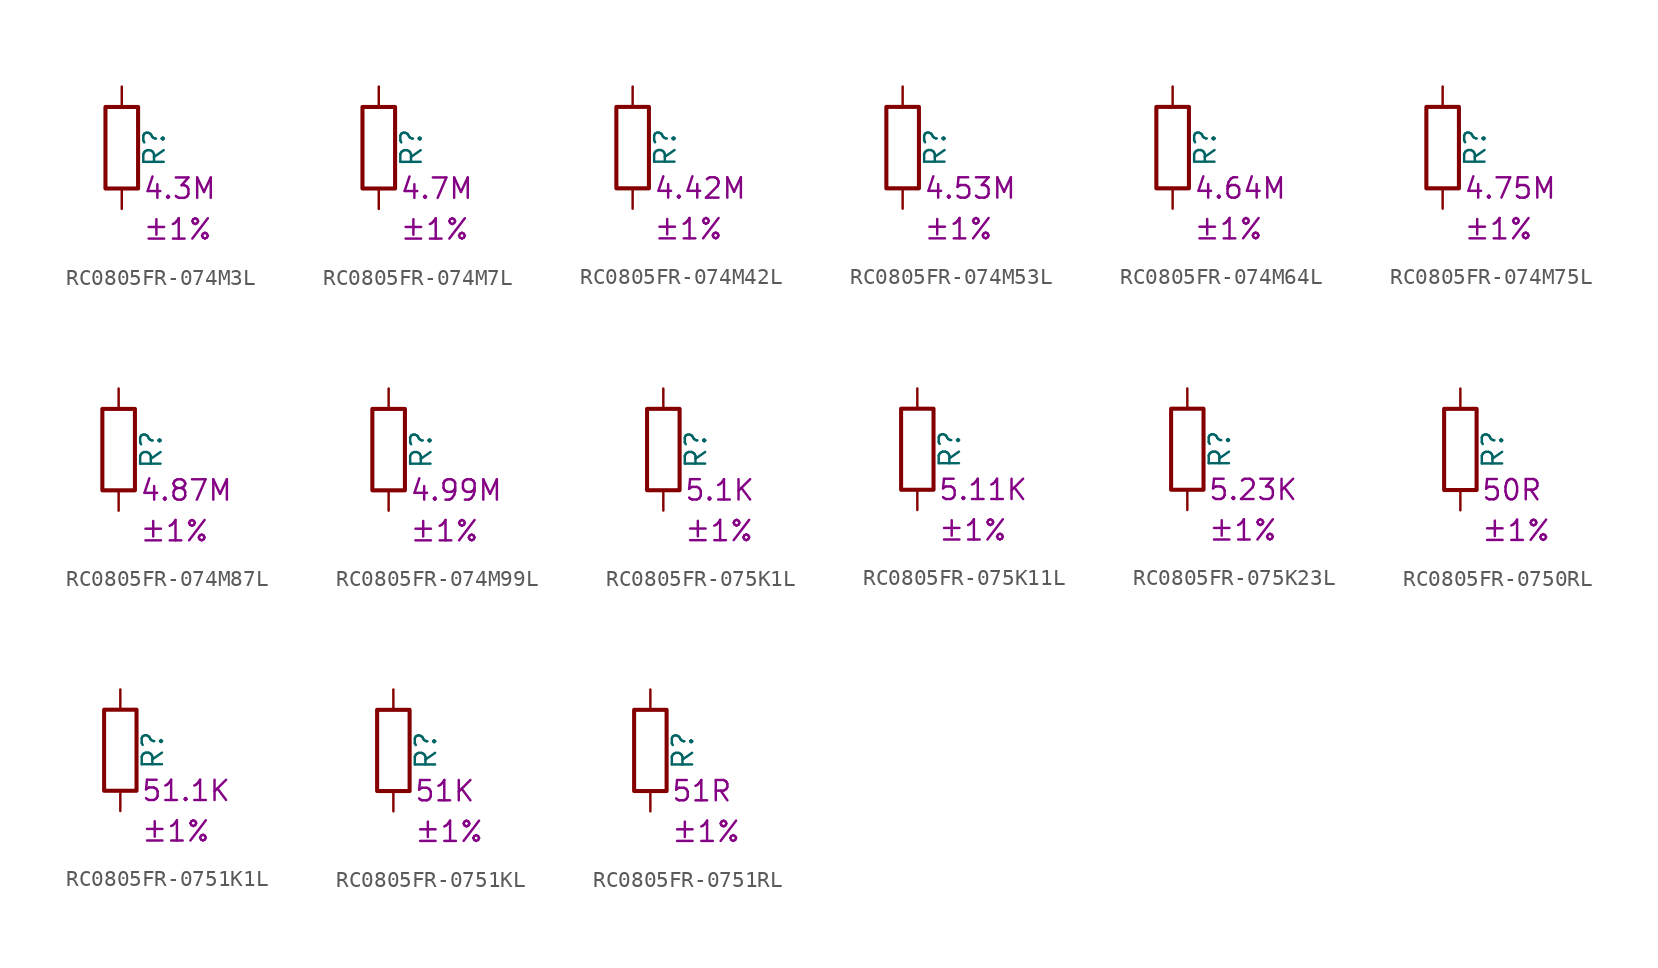
<source format=kicad_sym>
(kicad_symbol_lib
  (version 20220914)
  (generator kicad_symbol_editor)
  (symbol "RC0805FR-074M3L"
    (pin_numbers hide)
    (pin_names
      (offset 0))
    (property "Reference" "R"
      (at 2.032 0 90)
      (effects (font (size 1.27 1.27))))
    (property "Resistance" "4.3M"
      (at 1.27 -2.54 0)
      (effects (font (size 1.27 1.27)) (justify left)))
    (property "Tolerance" "±1%"
      (at 1.27 -5.08 0)
      (effects (font (size 1.27 1.27)) (justify left)))
    (symbol "RC0805FR-074M3L_0_1"
      (rectangle (start -1.016 -2.54) (end 1.016 2.54) (stroke (width 0.254) (type default)) (fill (type none))))
    (symbol "RC0805FR-074M3L_1_1"
      (pin passive line (at 0 3.81 270) (length 1.27) (name "~" (effects (font (size 1.27 1.27)))) (number "1" (effects (font (size 1.27 1.27)))))
      (pin passive line (at 0 -3.81 90) (length 1.27) (name "~" (effects (font (size 1.27 1.27)))) (number "2" (effects (font (size 1.27 1.27)))))))
  (symbol "RC0805FR-074M7L"
    (pin_numbers hide)
    (pin_names
      (offset 0))
    (property "Reference" "R"
      (at 2.032 0 90)
      (effects (font (size 1.27 1.27))))
    (property "Resistance" "4.7M"
      (at 1.27 -2.54 0)
      (effects (font (size 1.27 1.27)) (justify left)))
    (property "Tolerance" "±1%"
      (at 1.27 -5.08 0)
      (effects (font (size 1.27 1.27)) (justify left)))
    (symbol "RC0805FR-074M7L_0_1"
      (rectangle (start -1.016 -2.54) (end 1.016 2.54) (stroke (width 0.254) (type default)) (fill (type none))))
    (symbol "RC0805FR-074M7L_1_1"
      (pin passive line (at 0 3.81 270) (length 1.27) (name "~" (effects (font (size 1.27 1.27)))) (number "1" (effects (font (size 1.27 1.27)))))
      (pin passive line (at 0 -3.81 90) (length 1.27) (name "~" (effects (font (size 1.27 1.27)))) (number "2" (effects (font (size 1.27 1.27)))))))
  (symbol "RC0805FR-074M42L"
    (pin_numbers hide)
    (pin_names
      (offset 0))
    (property "Reference" "R"
      (at 2.032 0 90)
      (effects (font (size 1.27 1.27))))
    (property "Resistance" "4.42M"
      (at 1.27 -2.54 0)
      (effects (font (size 1.27 1.27)) (justify left)))
    (property "Tolerance" "±1%"
      (at 1.27 -5.08 0)
      (effects (font (size 1.27 1.27)) (justify left)))
    (symbol "RC0805FR-074M42L_0_1"
      (rectangle (start -1.016 -2.54) (end 1.016 2.54) (stroke (width 0.254) (type default)) (fill (type none))))
    (symbol "RC0805FR-074M42L_1_1"
      (pin passive line (at 0 3.81 270) (length 1.27) (name "~" (effects (font (size 1.27 1.27)))) (number "1" (effects (font (size 1.27 1.27)))))
      (pin passive line (at 0 -3.81 90) (length 1.27) (name "~" (effects (font (size 1.27 1.27)))) (number "2" (effects (font (size 1.27 1.27)))))))
  (symbol "RC0805FR-074M53L"
    (pin_numbers hide)
    (pin_names
      (offset 0))
    (property "Reference" "R"
      (at 2.032 0 90)
      (effects (font (size 1.27 1.27))))
    (property "Resistance" "4.53M"
      (at 1.27 -2.54 0)
      (effects (font (size 1.27 1.27)) (justify left)))
    (property "Tolerance" "±1%"
      (at 1.27 -5.08 0)
      (effects (font (size 1.27 1.27)) (justify left)))
    (symbol "RC0805FR-074M53L_0_1"
      (rectangle (start -1.016 -2.54) (end 1.016 2.54) (stroke (width 0.254) (type default)) (fill (type none))))
    (symbol "RC0805FR-074M53L_1_1"
      (pin passive line (at 0 3.81 270) (length 1.27) (name "~" (effects (font (size 1.27 1.27)))) (number "1" (effects (font (size 1.27 1.27)))))
      (pin passive line (at 0 -3.81 90) (length 1.27) (name "~" (effects (font (size 1.27 1.27)))) (number "2" (effects (font (size 1.27 1.27)))))))
  (symbol "RC0805FR-074M64L"
    (pin_numbers hide)
    (pin_names
      (offset 0))
    (property "Reference" "R"
      (at 2.032 0 90)
      (effects (font (size 1.27 1.27))))
    (property "Resistance" "4.64M"
      (at 1.27 -2.54 0)
      (effects (font (size 1.27 1.27)) (justify left)))
    (property "Tolerance" "±1%"
      (at 1.27 -5.08 0)
      (effects (font (size 1.27 1.27)) (justify left)))
    (symbol "RC0805FR-074M64L_0_1"
      (rectangle (start -1.016 -2.54) (end 1.016 2.54) (stroke (width 0.254) (type default)) (fill (type none))))
    (symbol "RC0805FR-074M64L_1_1"
      (pin passive line (at 0 3.81 270) (length 1.27) (name "~" (effects (font (size 1.27 1.27)))) (number "1" (effects (font (size 1.27 1.27)))))
      (pin passive line (at 0 -3.81 90) (length 1.27) (name "~" (effects (font (size 1.27 1.27)))) (number "2" (effects (font (size 1.27 1.27)))))))
  (symbol "RC0805FR-074M75L"
    (pin_numbers hide)
    (pin_names
      (offset 0))
    (property "Reference" "R"
      (at 2.032 0 90)
      (effects (font (size 1.27 1.27))))
    (property "Resistance" "4.75M"
      (at 1.27 -2.54 0)
      (effects (font (size 1.27 1.27)) (justify left)))
    (property "Tolerance" "±1%"
      (at 1.27 -5.08 0)
      (effects (font (size 1.27 1.27)) (justify left)))
    (symbol "RC0805FR-074M75L_0_1"
      (rectangle (start -1.016 -2.54) (end 1.016 2.54) (stroke (width 0.254) (type default)) (fill (type none))))
    (symbol "RC0805FR-074M75L_1_1"
      (pin passive line (at 0 3.81 270) (length 1.27) (name "~" (effects (font (size 1.27 1.27)))) (number "1" (effects (font (size 1.27 1.27)))))
      (pin passive line (at 0 -3.81 90) (length 1.27) (name "~" (effects (font (size 1.27 1.27)))) (number "2" (effects (font (size 1.27 1.27)))))))
  (symbol "RC0805FR-074M87L"
    (pin_numbers hide)
    (pin_names
      (offset 0))
    (property "Reference" "R"
      (at 2.032 0 90)
      (effects (font (size 1.27 1.27))))
    (property "Resistance" "4.87M"
      (at 1.27 -2.54 0)
      (effects (font (size 1.27 1.27)) (justify left)))
    (property "Tolerance" "±1%"
      (at 1.27 -5.08 0)
      (effects (font (size 1.27 1.27)) (justify left)))
    (symbol "RC0805FR-074M87L_0_1"
      (rectangle (start -1.016 -2.54) (end 1.016 2.54) (stroke (width 0.254) (type default)) (fill (type none))))
    (symbol "RC0805FR-074M87L_1_1"
      (pin passive line (at 0 3.81 270) (length 1.27) (name "~" (effects (font (size 1.27 1.27)))) (number "1" (effects (font (size 1.27 1.27)))))
      (pin passive line (at 0 -3.81 90) (length 1.27) (name "~" (effects (font (size 1.27 1.27)))) (number "2" (effects (font (size 1.27 1.27)))))))
  (symbol "RC0805FR-074M99L"
    (pin_numbers hide)
    (pin_names
      (offset 0))
    (property "Reference" "R"
      (at 2.032 0 90)
      (effects (font (size 1.27 1.27))))
    (property "Resistance" "4.99M"
      (at 1.27 -2.54 0)
      (effects (font (size 1.27 1.27)) (justify left)))
    (property "Tolerance" "±1%"
      (at 1.27 -5.08 0)
      (effects (font (size 1.27 1.27)) (justify left)))
    (symbol "RC0805FR-074M99L_0_1"
      (rectangle (start -1.016 -2.54) (end 1.016 2.54) (stroke (width 0.254) (type default)) (fill (type none))))
    (symbol "RC0805FR-074M99L_1_1"
      (pin passive line (at 0 3.81 270) (length 1.27) (name "~" (effects (font (size 1.27 1.27)))) (number "1" (effects (font (size 1.27 1.27)))))
      (pin passive line (at 0 -3.81 90) (length 1.27) (name "~" (effects (font (size 1.27 1.27)))) (number "2" (effects (font (size 1.27 1.27)))))))
  (symbol "RC0805FR-075K1L"
    (pin_numbers hide)
    (pin_names
      (offset 0))
    (property "Reference" "R"
      (at 2.032 0 90)
      (effects (font (size 1.27 1.27))))
    (property "Resistance" "5.1K"
      (at 1.27 -2.54 0)
      (effects (font (size 1.27 1.27)) (justify left)))
    (property "Tolerance" "±1%"
      (at 1.27 -5.08 0)
      (effects (font (size 1.27 1.27)) (justify left)))
    (symbol "RC0805FR-075K1L_0_1"
      (rectangle (start -1.016 -2.54) (end 1.016 2.54) (stroke (width 0.254) (type default)) (fill (type none))))
    (symbol "RC0805FR-075K1L_1_1"
      (pin passive line (at 0 3.81 270) (length 1.27) (name "~" (effects (font (size 1.27 1.27)))) (number "1" (effects (font (size 1.27 1.27)))))
      (pin passive line (at 0 -3.81 90) (length 1.27) (name "~" (effects (font (size 1.27 1.27)))) (number "2" (effects (font (size 1.27 1.27)))))))
  (symbol "RC0805FR-075K11L"
    (pin_numbers hide)
    (pin_names
      (offset 0))
    (property "Reference" "R"
      (at 2.032 0 90)
      (effects (font (size 1.27 1.27))))
    (property "Resistance" "5.11K"
      (at 1.27 -2.54 0)
      (effects (font (size 1.27 1.27)) (justify left)))
    (property "Tolerance" "±1%"
      (at 1.27 -5.08 0)
      (effects (font (size 1.27 1.27)) (justify left)))
    (symbol "RC0805FR-075K11L_0_1"
      (rectangle (start -1.016 -2.54) (end 1.016 2.54) (stroke (width 0.254) (type default)) (fill (type none))))
    (symbol "RC0805FR-075K11L_1_1"
      (pin passive line (at 0 3.81 270) (length 1.27) (name "~" (effects (font (size 1.27 1.27)))) (number "1" (effects (font (size 1.27 1.27)))))
      (pin passive line (at 0 -3.81 90) (length 1.27) (name "~" (effects (font (size 1.27 1.27)))) (number "2" (effects (font (size 1.27 1.27)))))))
  (symbol "RC0805FR-075K23L"
    (pin_numbers hide)
    (pin_names
      (offset 0))
    (property "Reference" "R"
      (at 2.032 0 90)
      (effects (font (size 1.27 1.27))))
    (property "Resistance" "5.23K"
      (at 1.27 -2.54 0)
      (effects (font (size 1.27 1.27)) (justify left)))
    (property "Tolerance" "±1%"
      (at 1.27 -5.08 0)
      (effects (font (size 1.27 1.27)) (justify left)))
    (symbol "RC0805FR-075K23L_0_1"
      (rectangle (start -1.016 -2.54) (end 1.016 2.54) (stroke (width 0.254) (type default)) (fill (type none))))
    (symbol "RC0805FR-075K23L_1_1"
      (pin passive line (at 0 3.81 270) (length 1.27) (name "~" (effects (font (size 1.27 1.27)))) (number "1" (effects (font (size 1.27 1.27)))))
      (pin passive line (at 0 -3.81 90) (length 1.27) (name "~" (effects (font (size 1.27 1.27)))) (number "2" (effects (font (size 1.27 1.27)))))))
  (symbol "RC0805FR-0750RL"
    (pin_numbers hide)
    (pin_names
      (offset 0))
    (property "Reference" "R"
      (at 2.032 0 90)
      (effects (font (size 1.27 1.27))))
    (property "Resistance" "50R"
      (at 1.27 -2.54 0)
      (effects (font (size 1.27 1.27)) (justify left)))
    (property "Tolerance" "±1%"
      (at 1.27 -5.08 0)
      (effects (font (size 1.27 1.27)) (justify left)))
    (symbol "RC0805FR-0750RL_0_1"
      (rectangle (start -1.016 -2.54) (end 1.016 2.54) (stroke (width 0.254) (type default)) (fill (type none))))
    (symbol "RC0805FR-0750RL_1_1"
      (pin passive line (at 0 3.81 270) (length 1.27) (name "~" (effects (font (size 1.27 1.27)))) (number "1" (effects (font (size 1.27 1.27)))))
      (pin passive line (at 0 -3.81 90) (length 1.27) (name "~" (effects (font (size 1.27 1.27)))) (number "2" (effects (font (size 1.27 1.27)))))))
  (symbol "RC0805FR-0751K1L"
    (pin_numbers hide)
    (pin_names
      (offset 0))
    (property "Reference" "R"
      (at 2.032 0 90)
      (effects (font (size 1.27 1.27))))
    (property "Resistance" "51.1K"
      (at 1.27 -2.54 0)
      (effects (font (size 1.27 1.27)) (justify left)))
    (property "Tolerance" "±1%"
      (at 1.27 -5.08 0)
      (effects (font (size 1.27 1.27)) (justify left)))
    (symbol "RC0805FR-0751K1L_0_1"
      (rectangle (start -1.016 -2.54) (end 1.016 2.54) (stroke (width 0.254) (type default)) (fill (type none))))
    (symbol "RC0805FR-0751K1L_1_1"
      (pin passive line (at 0 3.81 270) (length 1.27) (name "~" (effects (font (size 1.27 1.27)))) (number "1" (effects (font (size 1.27 1.27)))))
      (pin passive line (at 0 -3.81 90) (length 1.27) (name "~" (effects (font (size 1.27 1.27)))) (number "2" (effects (font (size 1.27 1.27)))))))
  (symbol "RC0805FR-0751KL"
    (pin_numbers hide)
    (pin_names
      (offset 0))
    (property "Reference" "R"
      (at 2.032 0 90)
      (effects (font (size 1.27 1.27))))
    (property "Resistance" "51K"
      (at 1.27 -2.54 0)
      (effects (font (size 1.27 1.27)) (justify left)))
    (property "Tolerance" "±1%"
      (at 1.27 -5.08 0)
      (effects (font (size 1.27 1.27)) (justify left)))
    (symbol "RC0805FR-0751KL_0_1"
      (rectangle (start -1.016 -2.54) (end 1.016 2.54) (stroke (width 0.254) (type default)) (fill (type none))))
    (symbol "RC0805FR-0751KL_1_1"
      (pin passive line (at 0 3.81 270) (length 1.27) (name "~" (effects (font (size 1.27 1.27)))) (number "1" (effects (font (size 1.27 1.27)))))
      (pin passive line (at 0 -3.81 90) (length 1.27) (name "~" (effects (font (size 1.27 1.27)))) (number "2" (effects (font (size 1.27 1.27)))))))
  (symbol "RC0805FR-0751RL"
    (pin_numbers hide)
    (pin_names
      (offset 0))
    (property "Reference" "R"
      (at 2.032 0 90)
      (effects (font (size 1.27 1.27))))
    (property "Resistance" "51R"
      (at 1.27 -2.54 0)
      (effects (font (size 1.27 1.27)) (justify left)))
    (property "Tolerance" "±1%"
      (at 1.27 -5.08 0)
      (effects (font (size 1.27 1.27)) (justify left)))
    (symbol "RC0805FR-0751RL_0_1"
      (rectangle (start -1.016 -2.54) (end 1.016 2.54) (stroke (width 0.254) (type default)) (fill (type none))))
    (symbol "RC0805FR-0751RL_1_1"
      (pin passive line (at 0 3.81 270) (length 1.27) (name "~" (effects (font (size 1.27 1.27)))) (number "1" (effects (font (size 1.27 1.27)))))
      (pin passive line (at 0 -3.81 90) (length 1.27) (name "~" (effects (font (size 1.27 1.27)))) (number "2" (effects (font (size 1.27 1.27))))))))
</source>
